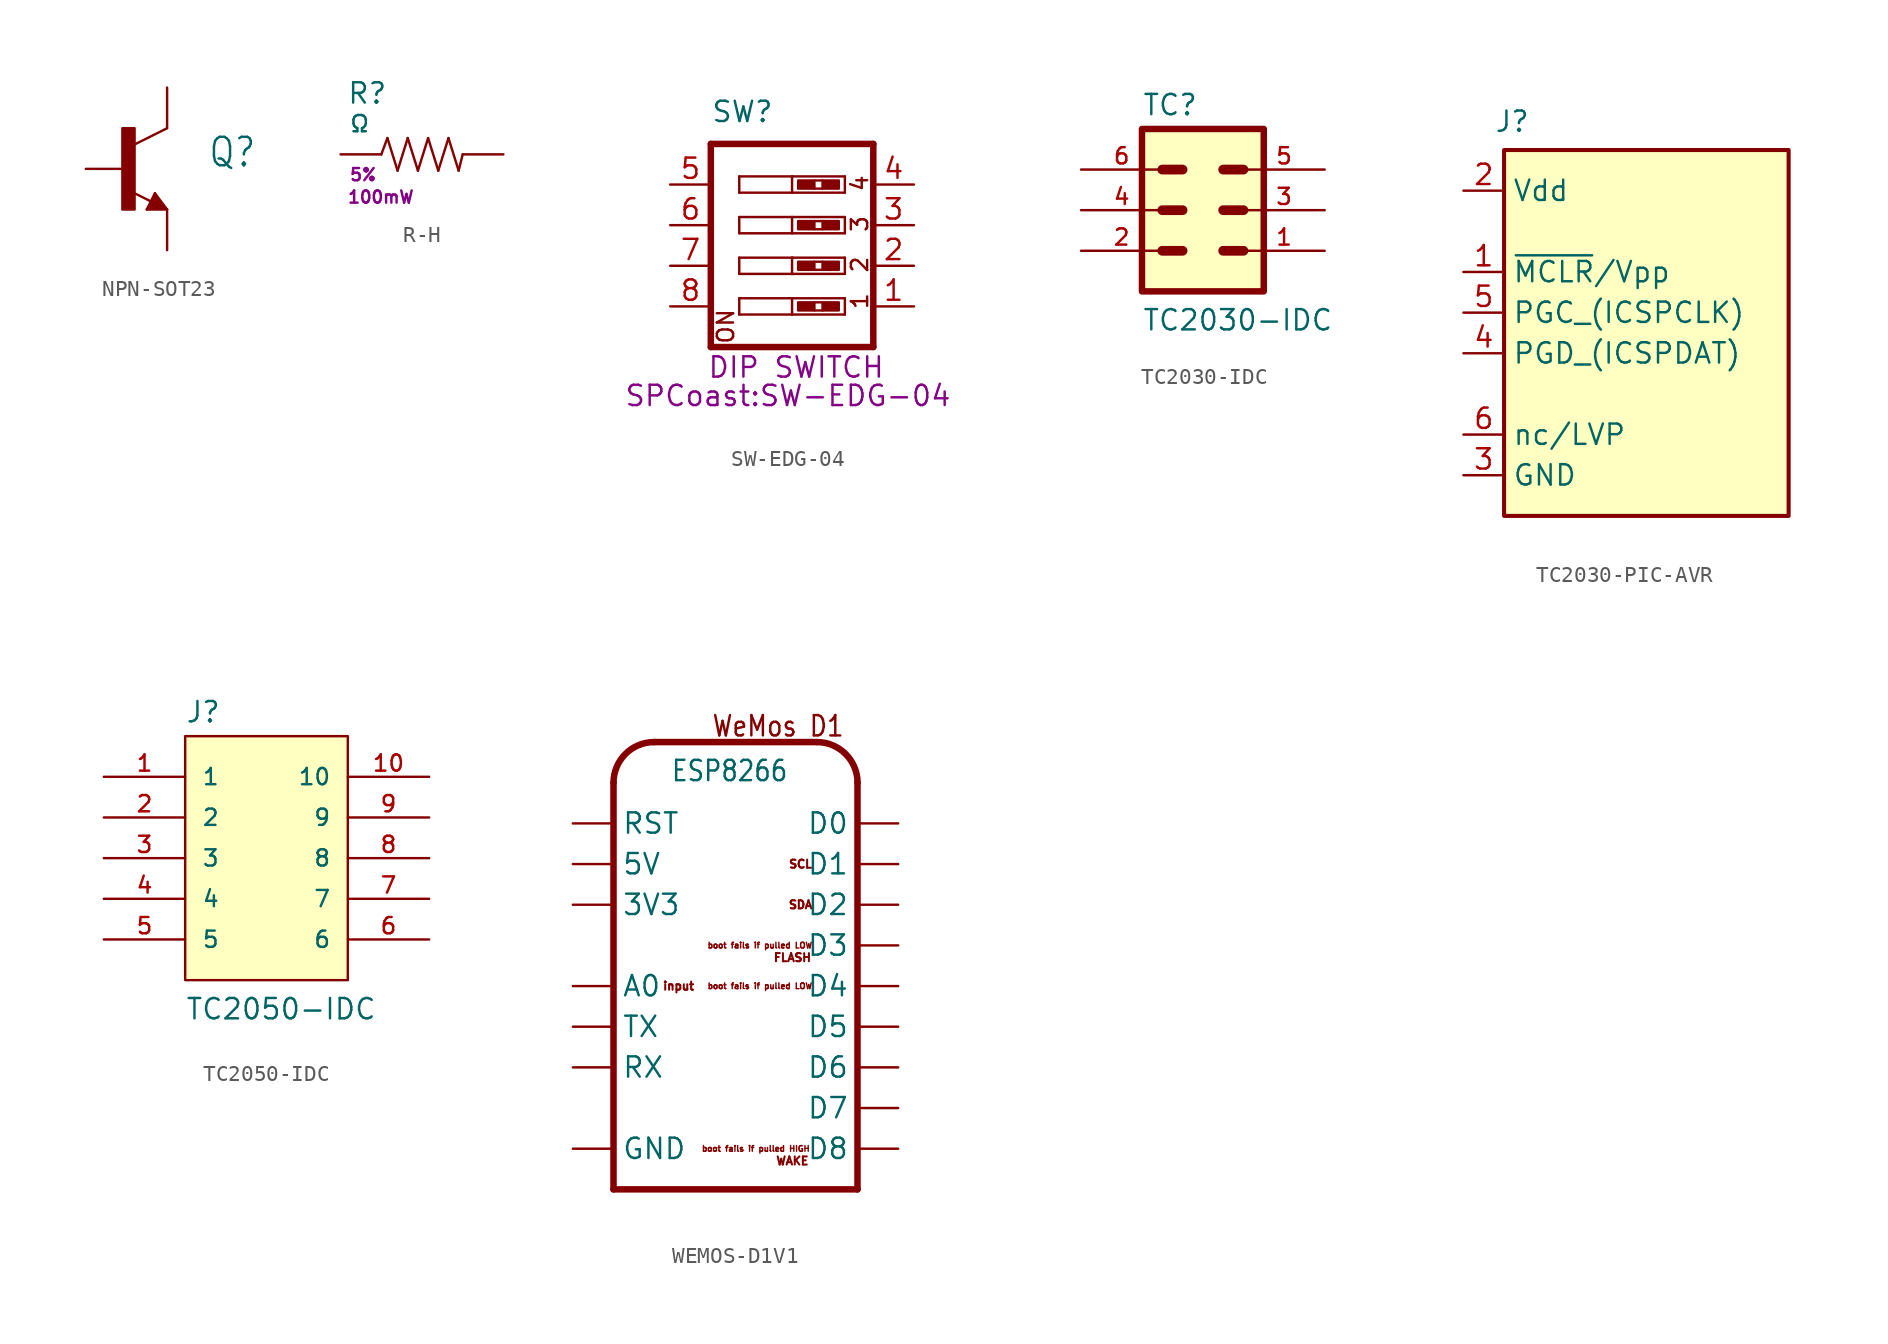
<source format=kicad_sym>
(kicad_symbol_lib
  (version 20241209)
  (generator "kicad_symbol_editor")
  (generator_version "9.0")
  (symbol "NPN-SOT23"
    (property "Reference" "Q"
      (at 5.08 0 0)
      (effects (font (size 1.778 1.511)) (justify left bottom)))
    (property "Value" ""
      (at 5.08 -2.54 0)
      (effects (font (size 1.778 1.511)) (justify left bottom)))
    (property "ki_locked" ""
      (at 0 0 0)
      (effects (font (size 1.27 1.27))))
    (symbol "NPN-SOT23_1_0"
      (rectangle (start -0.254 -2.54) (end 0.508 2.54) (stroke (width 0) (type default)) (fill (type outline)))
      (polyline (pts (xy 1.27 -2.54) (xy 1.778 -1.524)) (stroke (width 0.152) (type solid)) (fill (type none)))
      (polyline (pts (xy 1.524 -2.286) (xy 1.905 -2.286)) (stroke (width 0.254) (type solid)) (fill (type none)))
      (polyline (pts (xy 1.524 -2.413) (xy 2.286 -2.413)) (stroke (width 0.254) (type solid)) (fill (type none)))
      (polyline (pts (xy 1.54 -2.04) (xy 0.308 -1.424)) (stroke (width 0.152) (type solid)) (fill (type none)))
      (polyline (pts (xy 1.778 -1.524) (xy 2.54 -2.54)) (stroke (width 0.152) (type solid)) (fill (type none)))
      (polyline (pts (xy 1.778 -1.778) (xy 1.524 -2.286)) (stroke (width 0.254) (type solid)) (fill (type none)))
      (polyline (pts (xy 1.905 -2.286) (xy 1.778 -2.032)) (stroke (width 0.254) (type solid)) (fill (type none)))
      (polyline (pts (xy 2.286 -2.413) (xy 1.778 -1.778)) (stroke (width 0.254) (type solid)) (fill (type none)))
      (polyline (pts (xy 2.54 2.54) (xy 0.508 1.524)) (stroke (width 0.152) (type solid)) (fill (type none)))
      (polyline (pts (xy 2.54 -2.54) (xy 1.27 -2.54)) (stroke (width 0.152) (type solid)) (fill (type none)))
      (pin passive line (at -2.54 0 0) (length 2.54) (name "B" (effects (font (size 0 0)))) (number "1" (effects (font (size 0 0)))))
      (pin passive line (at 2.54 5.08 270) (length 2.54) (name "C" (effects (font (size 0 0)))) (number "3" (effects (font (size 0 0)))))
      (pin passive line (at 2.54 -5.08 90) (length 2.54) (name "E" (effects (font (size 0 0)))) (number "2" (effects (font (size 0 0)))))))
  (symbol "R-H"
    (pin_numbers
      (hide yes))
    (pin_names
      (offset 0))
    (property "Reference" "R"
      (at -4.699 3.81 0)
      (effects (font (size 1.27 1.27)) (justify left)))
    (property "Value" "Ω"
      (at -4.572 1.905 0)
      (effects (font (size 1.016 1.016)) (justify left)))
    (property "W" "100mW"
      (at -4.699 -2.667 0)
      (effects (font (size 0.762 0.762)) (justify left)))
    (property "Tolerance" "5%"
      (at -4.572 -1.27 0)
      (effects (font (size 0.762 0.762)) (justify left)))
    (symbol "R-H_1_0"
      (polyline (pts (xy -2.54 0) (xy -2.159 1.016)) (stroke (width 0.152) (type solid)) (fill (type none)))
      (polyline (pts (xy -2.159 1.016) (xy -1.524 -1.016)) (stroke (width 0.152) (type solid)) (fill (type none)))
      (polyline (pts (xy -1.524 -1.016) (xy -0.889 1.016)) (stroke (width 0.152) (type solid)) (fill (type none)))
      (polyline (pts (xy -0.889 1.016) (xy -0.254 -1.016)) (stroke (width 0.152) (type solid)) (fill (type none)))
      (polyline (pts (xy -0.254 -1.016) (xy 0.381 1.016)) (stroke (width 0.152) (type solid)) (fill (type none)))
      (polyline (pts (xy 0.381 1.016) (xy 1.016 -1.016)) (stroke (width 0.152) (type solid)) (fill (type none)))
      (polyline (pts (xy 1.016 -1.016) (xy 1.651 1.016)) (stroke (width 0.152) (type solid)) (fill (type none)))
      (polyline (pts (xy 1.651 1.016) (xy 2.286 -1.016)) (stroke (width 0.152) (type solid)) (fill (type none)))
      (polyline (pts (xy 2.286 -1.016) (xy 2.54 0)) (stroke (width 0.152) (type solid)) (fill (type none)))
      (pin passive line (at -5.08 0 0) (length 2.54) (name "1" (effects (font (size 0 0)))) (number "1" (effects (font (size 0 0)))))
      (pin passive line (at 5.08 0 180) (length 2.54) (name "2" (effects (font (size 0 0)))) (number "2" (effects (font (size 0 0)))))))
  (symbol "SW-EDG-04"
    (property "Reference" "SW"
      (at -5.08 6.35 0)
      (effects (font (size 1.27 1.27)) (justify left bottom)))
    (property "Value" ""
      (at -5.08 -10.16 0)
      (effects (font (size 1.778 1.511)) (justify left bottom)))
    (property "Footprint" "SPCoast:SW-EDG-04"
      (at -0.254 -10.668 0)
      (effects (font (size 1.27 1.27))))
    (property "Datasheet" ""
      (at 0 0 0)
      (effects (font (size 1.27 1.27))))
    (property "Description" "DIP SWITCH"
      (at 0.254 -8.89 0)
      (effects (font (size 1.27 1.27))))
    (symbol "SW-EDG-04_1_0"
      (polyline (pts (xy -5.08 5.08) (xy -5.08 -7.62)) (stroke (width 0.406) (type solid)) (fill (type none)))
      (polyline (pts (xy -5.08 -7.62) (xy 5.08 -7.62)) (stroke (width 0.406) (type solid)) (fill (type none)))
      (polyline (pts (xy -3.302 3.048) (xy 0 3.048)) (stroke (width 0.152) (type solid)) (fill (type none)))
      (polyline (pts (xy -3.302 2.032) (xy -3.302 3.048)) (stroke (width 0.152) (type solid)) (fill (type none)))
      (polyline (pts (xy -3.302 0.508) (xy 0 0.508)) (stroke (width 0.152) (type solid)) (fill (type none)))
      (polyline (pts (xy -3.302 -0.508) (xy -3.302 0.508)) (stroke (width 0.152) (type solid)) (fill (type none)))
      (polyline (pts (xy -3.302 -2.032) (xy 0 -2.032)) (stroke (width 0.152) (type solid)) (fill (type none)))
      (polyline (pts (xy -3.302 -3.048) (xy -3.302 -2.032)) (stroke (width 0.152) (type solid)) (fill (type none)))
      (polyline (pts (xy -3.302 -4.572) (xy 0 -4.572)) (stroke (width 0.152) (type solid)) (fill (type none)))
      (polyline (pts (xy -3.302 -5.588) (xy -3.302 -4.572)) (stroke (width 0.152) (type solid)) (fill (type none)))
      (polyline (pts (xy 0 3.048) (xy 0 2.032)) (stroke (width 0.152) (type solid)) (fill (type none)))
      (polyline (pts (xy 0 3.048) (xy 3.302 3.048)) (stroke (width 0.152) (type solid)) (fill (type none)))
      (polyline (pts (xy 0 2.032) (xy -3.302 2.032)) (stroke (width 0.152) (type solid)) (fill (type none)))
      (polyline (pts (xy 0 0.508) (xy 0 -0.508)) (stroke (width 0.152) (type solid)) (fill (type none)))
      (polyline (pts (xy 0 0.508) (xy 3.302 0.508)) (stroke (width 0.152) (type solid)) (fill (type none)))
      (polyline (pts (xy 0 -0.508) (xy -3.302 -0.508)) (stroke (width 0.152) (type solid)) (fill (type none)))
      (polyline (pts (xy 0 -2.032) (xy 0 -3.048)) (stroke (width 0.152) (type solid)) (fill (type none)))
      (polyline (pts (xy 0 -2.032) (xy 3.302 -2.032)) (stroke (width 0.152) (type solid)) (fill (type none)))
      (polyline (pts (xy 0 -3.048) (xy -3.302 -3.048)) (stroke (width 0.152) (type solid)) (fill (type none)))
      (polyline (pts (xy 0 -4.572) (xy 0 -5.588)) (stroke (width 0.152) (type solid)) (fill (type none)))
      (polyline (pts (xy 0 -4.572) (xy 3.302 -4.572)) (stroke (width 0.152) (type solid)) (fill (type none)))
      (polyline (pts (xy 0 -5.588) (xy -3.302 -5.588)) (stroke (width 0.152) (type solid)) (fill (type none)))
      (rectangle (start 0.381 2.286) (end 1.397 2.794) (stroke (width 0) (type default)) (fill (type outline)))
      (rectangle (start 0.381 -0.254) (end 1.397 0.254) (stroke (width 0) (type default)) (fill (type outline)))
      (rectangle (start 0.381 -2.794) (end 1.397 -2.286) (stroke (width 0) (type default)) (fill (type outline)))
      (rectangle (start 0.381 -5.334) (end 1.397 -4.826) (stroke (width 0) (type default)) (fill (type outline)))
      (polyline (pts (xy 1.397 2.794) (xy 1.905 2.794)) (stroke (width 0) (type solid)) (fill (type none)))
      (polyline (pts (xy 1.397 2.286) (xy 1.905 2.286)) (stroke (width 0) (type solid)) (fill (type none)))
      (polyline (pts (xy 1.397 0.254) (xy 1.905 0.254)) (stroke (width 0) (type solid)) (fill (type none)))
      (polyline (pts (xy 1.397 -0.254) (xy 1.905 -0.254)) (stroke (width 0) (type solid)) (fill (type none)))
      (polyline (pts (xy 1.397 -2.286) (xy 1.905 -2.286)) (stroke (width 0) (type solid)) (fill (type none)))
      (polyline (pts (xy 1.397 -2.794) (xy 1.905 -2.794)) (stroke (width 0) (type solid)) (fill (type none)))
      (polyline (pts (xy 1.397 -4.826) (xy 1.905 -4.826)) (stroke (width 0) (type solid)) (fill (type none)))
      (polyline (pts (xy 1.397 -5.334) (xy 1.905 -5.334)) (stroke (width 0) (type solid)) (fill (type none)))
      (rectangle (start 1.905 2.286) (end 2.921 2.794) (stroke (width 0) (type default)) (fill (type outline)))
      (rectangle (start 1.905 -0.254) (end 2.921 0.254) (stroke (width 0) (type default)) (fill (type outline)))
      (rectangle (start 1.905 -2.794) (end 2.921 -2.286) (stroke (width 0) (type default)) (fill (type outline)))
      (rectangle (start 1.905 -5.334) (end 2.921 -4.826) (stroke (width 0) (type default)) (fill (type outline)))
      (polyline (pts (xy 3.302 3.048) (xy 3.302 2.032)) (stroke (width 0.152) (type solid)) (fill (type none)))
      (polyline (pts (xy 3.302 2.032) (xy 0 2.032)) (stroke (width 0.152) (type solid)) (fill (type none)))
      (polyline (pts (xy 3.302 0.508) (xy 3.302 -0.508)) (stroke (width 0.152) (type solid)) (fill (type none)))
      (polyline (pts (xy 3.302 -0.508) (xy 0 -0.508)) (stroke (width 0.152) (type solid)) (fill (type none)))
      (polyline (pts (xy 3.302 -2.032) (xy 3.302 -3.048)) (stroke (width 0.152) (type solid)) (fill (type none)))
      (polyline (pts (xy 3.302 -3.048) (xy 0 -3.048)) (stroke (width 0.152) (type solid)) (fill (type none)))
      (polyline (pts (xy 3.302 -4.572) (xy 3.302 -5.588)) (stroke (width 0.152) (type solid)) (fill (type none)))
      (polyline (pts (xy 3.302 -5.588) (xy 0 -5.588)) (stroke (width 0.152) (type solid)) (fill (type none)))
      (polyline (pts (xy 5.08 5.08) (xy -5.08 5.08)) (stroke (width 0.406) (type solid)) (fill (type none)))
      (polyline (pts (xy 5.08 -7.62) (xy 5.08 5.08)) (stroke (width 0.406) (type solid)) (fill (type none)))
      (text "ON" (at -3.556 -7.493 900) (effects (font (size 1.016 1.016)) (justify left bottom)))
      (text "4" (at 4.826 2.032 900) (effects (font (size 1.016 1.016)) (justify left bottom)))
      (text "3" (at 4.826 -0.508 900) (effects (font (size 1.016 1.016)) (justify left bottom)))
      (text "2" (at 4.826 -3.048 900) (effects (font (size 1.016 1.016)) (justify left bottom)))
      (text "1" (at 4.826 -5.334 900) (effects (font (size 1.016 1.016)) (justify left bottom)))
      (pin passive line (at -7.62 2.54 0) (length 2.54) (name "5" (effects (font (size 0 0)))) (number "5" (effects (font (size 1.27 1.27)))))
      (pin passive line (at -7.62 0 0) (length 2.54) (name "6" (effects (font (size 0 0)))) (number "6" (effects (font (size 1.27 1.27)))))
      (pin passive line (at -7.62 -2.54 0) (length 2.54) (name "7" (effects (font (size 0 0)))) (number "7" (effects (font (size 1.27 1.27)))))
      (pin passive line (at -7.62 -5.08 0) (length 2.54) (name "8" (effects (font (size 0 0)))) (number "8" (effects (font (size 1.27 1.27)))))
      (pin passive line (at 7.62 2.54 180) (length 2.54) (name "4" (effects (font (size 0 0)))) (number "4" (effects (font (size 1.27 1.27)))))
      (pin passive line (at 7.62 0 180) (length 2.54) (name "3" (effects (font (size 0 0)))) (number "3" (effects (font (size 1.27 1.27)))))
      (pin passive line (at 7.62 -2.54 180) (length 2.54) (name "2" (effects (font (size 0 0)))) (number "2" (effects (font (size 1.27 1.27)))))
      (pin passive line (at 7.62 -5.08 180) (length 2.54) (name "1" (effects (font (size 0 0)))) (number "1" (effects (font (size 1.27 1.27)))))))
  (symbol "TC2030-IDC"
    (pin_names
      (offset 1.016))
    (property "Reference" "TC"
      (at -3.81 5.842 0)
      (effects (font (size 1.27 1.27)) (justify left bottom)))
    (property "Value" "TC2030-IDC"
      (at -3.81 -7.62 0)
      (effects (font (size 1.27 1.27)) (justify left bottom)))
    (symbol "TC2030-IDC_0_0"
      (rectangle (start -3.81 -5.08) (end 3.81 5.08) (stroke (width 0.406) (type default)) (fill (type background)))
      (polyline (pts (xy -2.54 2.54) (xy -1.27 2.54)) (stroke (width 0.61) (type default)) (fill (type none)))
      (polyline (pts (xy -2.54 0) (xy -1.27 0)) (stroke (width 0.61) (type default)) (fill (type none)))
      (polyline (pts (xy -2.54 -2.54) (xy -1.27 -2.54)) (stroke (width 0.61) (type default)) (fill (type none)))
      (polyline (pts (xy 1.27 2.54) (xy 2.54 2.54)) (stroke (width 0.61) (type default)) (fill (type none)))
      (polyline (pts (xy 1.27 0) (xy 2.54 0)) (stroke (width 0.61) (type default)) (fill (type none)))
      (polyline (pts (xy 1.27 -2.54) (xy 2.54 -2.54)) (stroke (width 0.61) (type default)) (fill (type none)))
      (pin passive line (at -7.62 2.54 0) (length 5.08) (name "~" (effects (font (size 1.016 1.016)))) (number "6" (effects (font (size 1.016 1.016)))))
      (pin passive line (at -7.62 0 0) (length 5.08) (name "~" (effects (font (size 1.016 1.016)))) (number "4" (effects (font (size 1.016 1.016)))))
      (pin passive line (at -7.62 -2.54 0) (length 5.08) (name "~" (effects (font (size 1.016 1.016)))) (number "2" (effects (font (size 1.016 1.016)))))
      (pin passive line (at 7.62 2.54 180) (length 5.08) (name "~" (effects (font (size 1.016 1.016)))) (number "5" (effects (font (size 1.016 1.016)))))
      (pin passive line (at 7.62 0 180) (length 5.08) (name "~" (effects (font (size 1.016 1.016)))) (number "3" (effects (font (size 1.016 1.016)))))
      (pin passive line (at 7.62 -2.54 180) (length 5.08) (name "~" (effects (font (size 1.016 1.016)))) (number "1" (effects (font (size 1.016 1.016)))))))
  (symbol "TC2030-PIC-AVR"
    (property "Reference" "J"
      (at 3.048 22.098 0)
      (effects (font (size 1.27 1.27))))
    (property "Value" ""
      (at 5.08 8.89 0)
      (effects (font (size 1.27 1.27))))
    (symbol "TC2030-PIC-AVR_0_0"
      (pin power_in line (at 0 17.78 0) (length 2.54) (name "Vdd" (effects (font (size 1.27 1.27)))) (number "2" (effects (font (size 1.27 1.27)))) (alternate "TMS" bidirectional line))
      (pin passive line (at 0 12.7 0) (length 2.54) (name "~{MCLR}/Vpp" (effects (font (size 1.27 1.27)))) (number "1" (effects (font (size 1.27 1.27)))))
      (pin passive line (at 0 10.16 0) (length 2.54) (name "PGC_(ICSPCLK)" (effects (font (size 1.27 1.27)))) (number "5" (effects (font (size 1.27 1.27)))))
      (pin passive line (at 0 7.62 0) (length 2.54) (name "PGD_(ICSPDAT)" (effects (font (size 1.27 1.27)))) (number "4" (effects (font (size 1.27 1.27)))) (alternate "TCK" output line))
      (pin passive line (at 0 2.54 0) (length 2.54) (name "nc/LVP" (effects (font (size 1.27 1.27)))) (number "6" (effects (font (size 1.27 1.27)))) (alternate "TDO" input line))
      (pin power_in line (at 0 0 0) (length 2.54) (name "GND" (effects (font (size 1.27 1.27)))) (number "3" (effects (font (size 1.27 1.27))))))
    (symbol "TC2030-PIC-AVR_1_1"
      (text_box "" (at 2.54 20.32 0) (size 17.78 -22.86) (margins 1.016 1.016 1.016 1.016) (stroke (width 0.254) (type default)) (fill (type background)) (effects (font (size 1.27 1.27)) (justify left top)))))
  (symbol "TC2050-IDC"
    (pin_names
      (offset 1.016))
    (property "Reference" "J"
      (at -5.081 8.384 0)
      (effects (font (size 1.27 1.27)) (justify left bottom)))
    (property "Value" "TC2050-IDC"
      (at -5.084 -10.169 0)
      (effects (font (size 1.27 1.27)) (justify left bottom)))
    (symbol "TC2050-IDC_0_0"
      (rectangle (start -5.08 -7.62) (end 5.08 7.62) (stroke (width 0.152) (type default)) (fill (type background)))
      (pin passive line (at -10.16 5.08 0) (length 5.08) (name "1" (effects (font (size 1.016 1.016)))) (number "1" (effects (font (size 1.016 1.016)))))
      (pin passive line (at -10.16 2.54 0) (length 5.08) (name "2" (effects (font (size 1.016 1.016)))) (number "2" (effects (font (size 1.016 1.016)))))
      (pin passive line (at -10.16 0 0) (length 5.08) (name "3" (effects (font (size 1.016 1.016)))) (number "3" (effects (font (size 1.016 1.016)))))
      (pin passive line (at -10.16 -2.54 0) (length 5.08) (name "4" (effects (font (size 1.016 1.016)))) (number "4" (effects (font (size 1.016 1.016)))))
      (pin passive line (at -10.16 -5.08 0) (length 5.08) (name "5" (effects (font (size 1.016 1.016)))) (number "5" (effects (font (size 1.016 1.016)))))
      (pin passive line (at 10.16 5.08 180) (length 5.08) (name "10" (effects (font (size 1.016 1.016)))) (number "10" (effects (font (size 1.016 1.016)))))
      (pin passive line (at 10.16 2.54 180) (length 5.08) (name "9" (effects (font (size 1.016 1.016)))) (number "9" (effects (font (size 1.016 1.016)))))
      (pin passive line (at 10.16 0 180) (length 5.08) (name "8" (effects (font (size 1.016 1.016)))) (number "8" (effects (font (size 1.016 1.016)))))
      (pin passive line (at 10.16 -2.54 180) (length 5.08) (name "7" (effects (font (size 1.016 1.016)))) (number "7" (effects (font (size 1.016 1.016)))))
      (pin passive line (at 10.16 -5.08 180) (length 5.08) (name "6" (effects (font (size 1.016 1.016)))) (number "6" (effects (font (size 1.016 1.016)))))))
  (symbol "WEMOS-D1V1"
    (property "Reference" "SOC1"
      (at -10.16 25.4 0)
      (effects (font (size 1.27 1.079)) (justify left bottom) (hide yes)))
    (property "Value" "ESP8266"
      (at -4.064 12.7 0)
      (effects (font (size 1.27 1.079)) (justify left bottom)))
    (symbol "WEMOS-D1V1_1_0"
      (polyline (pts (xy -7.62 12.7) (xy -7.62 -12.7)) (stroke (width 0.406) (type solid)) (fill (type none)))
      (polyline (pts (xy -7.62 -12.7) (xy 7.62 -12.7)) (stroke (width 0.406) (type solid)) (fill (type none)))
      (arc (start -7.62 12.7) (mid -6.8761 14.4961) (end -5.08 15.24) (stroke (width 0.4064) (type solid)) (fill (type none)))
      (polyline (pts (xy 5.08 15.24) (xy -5.08 15.24)) (stroke (width 0.406) (type solid)) (fill (type none)))
      (arc (start 5.08 15.24) (mid 6.8761 14.4961) (end 7.62 12.7) (stroke (width 0.4064) (type solid)) (fill (type none)))
      (polyline (pts (xy 7.62 -12.7) (xy 7.62 12.7)) (stroke (width 0.406) (type solid)) (fill (type none)))
      (text "WeMos D1" (at -1.524 15.494 0) (effects (font (size 1.27 1.079)) (justify left bottom)))
      (pin input line (at -10.16 10.16 0) (length 2.54) (name "RST" (effects (font (size 1.27 1.27)))) (number "RST" (effects (font (size 0 0)))))
      (pin power_in line (at -10.16 7.62 0) (length 2.54) (name "5V" (effects (font (size 1.27 1.27)))) (number "5V" (effects (font (size 0 0)))))
      (pin power_out line (at -10.16 5.08 0) (length 2.54) (name "3V3" (effects (font (size 1.27 1.27)))) (number "3V3" (effects (font (size 0 0)))))
      (pin bidirectional line (at -10.16 0 0) (length 2.54) (name "A0" (effects (font (size 1.27 1.27)))) (number "A0" (effects (font (size 0 0)))))
      (pin bidirectional line (at -10.16 -2.54 0) (length 2.54) (name "TX" (effects (font (size 1.27 1.27)))) (number "TX" (effects (font (size 0 0)))))
      (pin bidirectional line (at -10.16 -5.08 0) (length 2.54) (name "RX" (effects (font (size 1.27 1.27)))) (number "RX" (effects (font (size 0 0)))))
      (pin power_in line (at -10.16 -10.16 0) (length 2.54) (name "GND" (effects (font (size 1.27 1.27)))) (number "GND" (effects (font (size 0 0)))))
      (pin bidirectional line (at 10.16 10.16 180) (length 2.54) (name "D0" (effects (font (size 1.27 1.27)))) (number "D0" (effects (font (size 0 0)))))
      (pin bidirectional line (at 10.16 7.62 180) (length 2.54) (name "D1" (effects (font (size 1.27 1.27)))) (number "D1" (effects (font (size 0 0)))))
      (pin bidirectional line (at 10.16 5.08 180) (length 2.54) (name "D2" (effects (font (size 1.27 1.27)))) (number "D2" (effects (font (size 0 0)))))
      (pin bidirectional line (at 10.16 2.54 180) (length 2.54) (name "D3" (effects (font (size 1.27 1.27)))) (number "D3" (effects (font (size 0 0)))))
      (pin bidirectional line (at 10.16 0 180) (length 2.54) (name "D4" (effects (font (size 1.27 1.27)))) (number "D4" (effects (font (size 0 0)))))
      (pin bidirectional line (at 10.16 -2.54 180) (length 2.54) (name "D5" (effects (font (size 1.27 1.27)))) (number "D5" (effects (font (size 0 0)))))
      (pin bidirectional line (at 10.16 -5.08 180) (length 2.54) (name "D6" (effects (font (size 1.27 1.27)))) (number "D6" (effects (font (size 0 0)))))
      (pin bidirectional line (at 10.16 -7.62 180) (length 2.54) (name "D7" (effects (font (size 1.27 1.27)))) (number "D7" (effects (font (size 0 0)))))
      (pin bidirectional line (at 10.16 -10.16 180) (length 2.54) (name "D8" (effects (font (size 1.27 1.27)))) (number "D8" (effects (font (size 0 0))))))
    (symbol "WEMOS-D1V1_1_1"
      (text "input" (at -3.556 0 0) (effects (font (size 0.508 0.508))))
      (text "boot fails if pulled HIGH" (at 1.27 -10.16 0) (effects (font (size 0.356 0.356))))
      (text "boot fails if pulled LOW" (at 1.524 2.54 0) (effects (font (size 0.356 0.356))))
      (text "boot fails if pulled LOW" (at 1.524 0 0) (effects (font (size 0.356 0.356))))
      (text "FLASH" (at 3.556 1.778 0) (effects (font (size 0.508 0.508))))
      (text "WAKE" (at 3.556 -10.922 0) (effects (font (size 0.508 0.508))))
      (text "SCL" (at 4.064 7.62 0) (effects (font (size 0.508 0.508))))
      (text "SDA" (at 4.064 5.08 0) (effects (font (size 0.508 0.508)))))))
</source>
